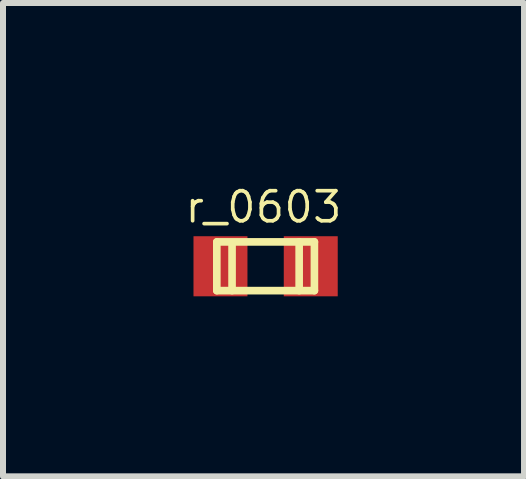
<source format=kicad_pcb>
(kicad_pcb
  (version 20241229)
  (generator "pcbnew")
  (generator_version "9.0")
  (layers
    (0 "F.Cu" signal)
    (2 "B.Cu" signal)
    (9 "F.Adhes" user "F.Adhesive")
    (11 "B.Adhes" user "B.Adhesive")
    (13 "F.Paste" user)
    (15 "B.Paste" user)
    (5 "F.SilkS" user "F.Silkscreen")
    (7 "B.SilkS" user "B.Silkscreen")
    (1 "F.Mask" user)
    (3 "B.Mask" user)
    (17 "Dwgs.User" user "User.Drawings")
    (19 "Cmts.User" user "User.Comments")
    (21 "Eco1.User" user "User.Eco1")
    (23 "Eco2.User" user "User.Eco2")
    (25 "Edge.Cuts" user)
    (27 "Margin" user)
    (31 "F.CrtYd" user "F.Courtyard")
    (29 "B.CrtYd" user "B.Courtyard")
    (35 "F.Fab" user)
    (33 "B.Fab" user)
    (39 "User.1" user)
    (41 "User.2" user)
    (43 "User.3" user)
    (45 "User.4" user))
  (footprint "r_0603"
    (layer "F.Cu")
    (at 1.375 1.386)
    (property "Reference" "r_0603" (at -0.035 -0.987 0) (layer "F.SilkS") (effects (font (size 0.501 0.501) (thickness 0.061))))
    (attr through_hole)
    (fp_line (start -0.813 -0.406) (end 0.813 -0.406) (stroke (width 0.127) (type solid)) (layer "F.SilkS"))
    (fp_line (start -0.813 0.406) (end -0.813 -0.406) (stroke (width 0.127) (type solid)) (layer "F.SilkS"))
    (fp_line (start -0.559 -0.381) (end -0.559 0.406) (stroke (width 0.127) (type solid)) (layer "F.SilkS"))
    (fp_line (start 0.559 0.406) (end 0.559 -0.406) (stroke (width 0.127) (type solid)) (layer "F.SilkS"))
    (fp_line (start 0.813 -0.406) (end 0.813 0.406) (stroke (width 0.127) (type solid)) (layer "F.SilkS"))
    (fp_line (start 0.813 0.406) (end -0.813 0.406) (stroke (width 0.127) (type solid)) (layer "F.SilkS"))
    (pad "1" smd rect (at 0.752 0) (size 0.899 1.001) (layers "F.Cu" "F.Mask" "F.Paste"))
    (pad "2" smd rect (at -0.752 0) (size 0.899 1.001) (layers "F.Cu" "F.Mask" "F.Paste")))
  (gr_rect
    (start -3 -3)
    (end 5.68 4.886)
    (stroke (width 0.1) (type default))
    (fill no)
    (layer "Edge.Cuts")))
</source>
